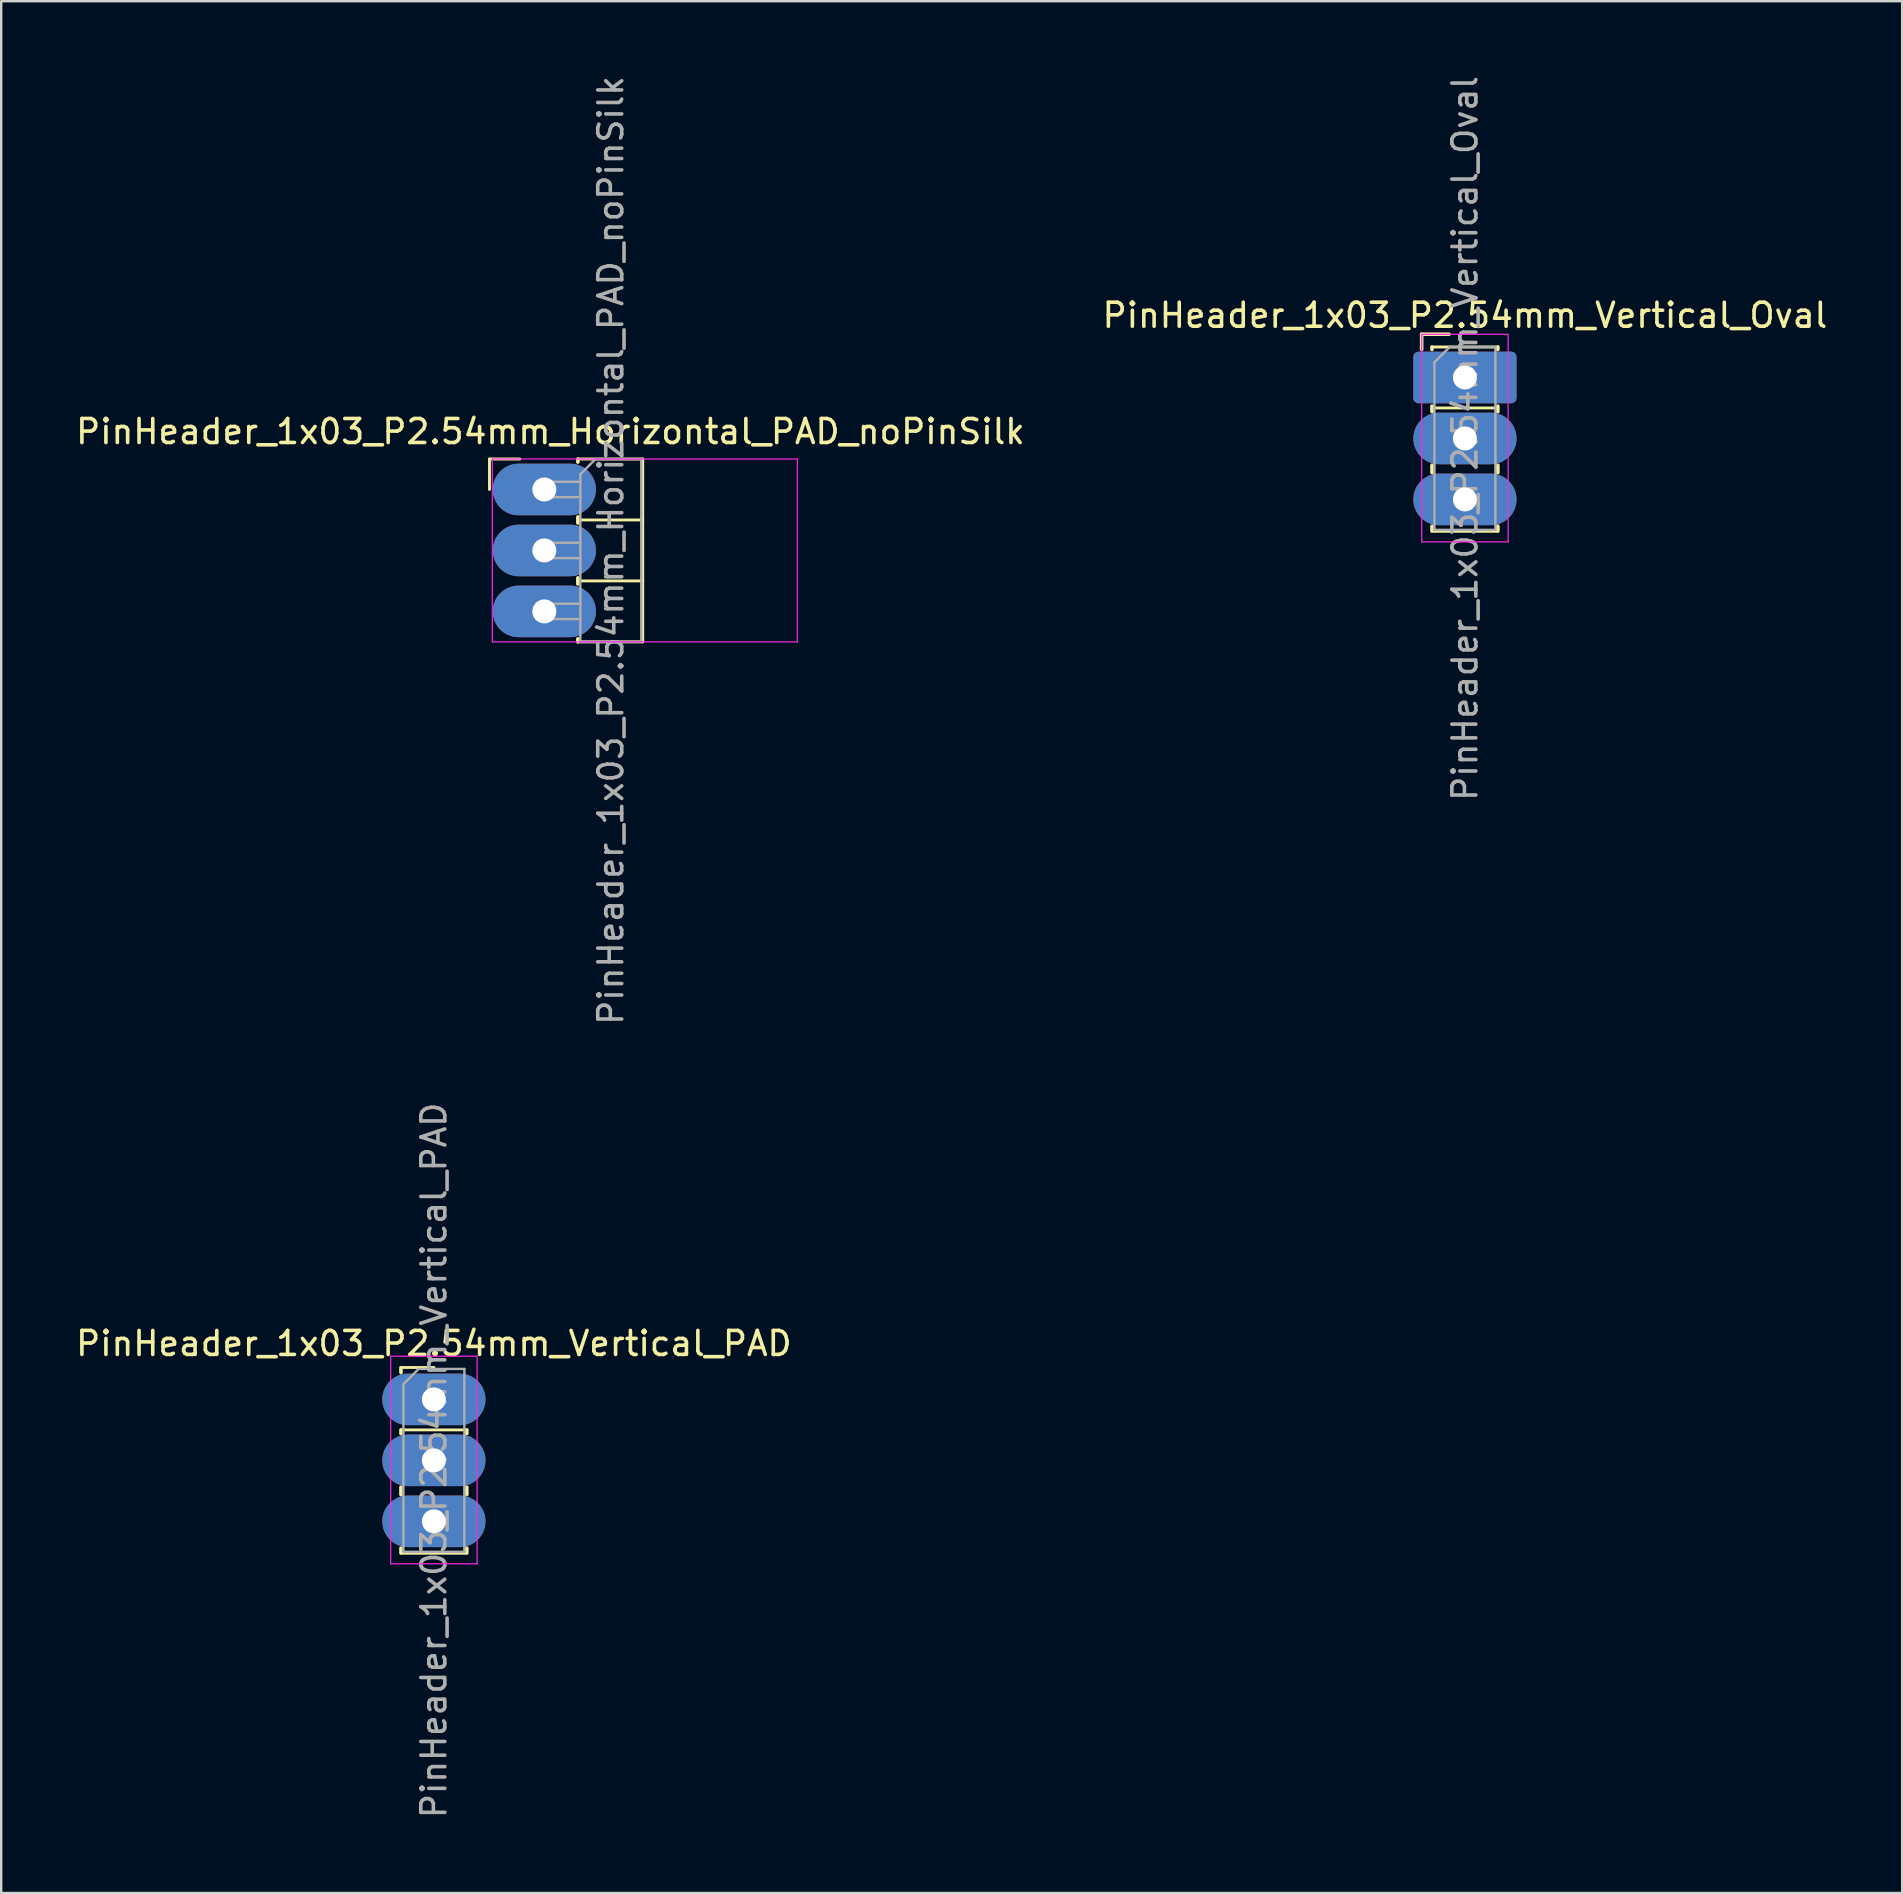
<source format=kicad_pcb>
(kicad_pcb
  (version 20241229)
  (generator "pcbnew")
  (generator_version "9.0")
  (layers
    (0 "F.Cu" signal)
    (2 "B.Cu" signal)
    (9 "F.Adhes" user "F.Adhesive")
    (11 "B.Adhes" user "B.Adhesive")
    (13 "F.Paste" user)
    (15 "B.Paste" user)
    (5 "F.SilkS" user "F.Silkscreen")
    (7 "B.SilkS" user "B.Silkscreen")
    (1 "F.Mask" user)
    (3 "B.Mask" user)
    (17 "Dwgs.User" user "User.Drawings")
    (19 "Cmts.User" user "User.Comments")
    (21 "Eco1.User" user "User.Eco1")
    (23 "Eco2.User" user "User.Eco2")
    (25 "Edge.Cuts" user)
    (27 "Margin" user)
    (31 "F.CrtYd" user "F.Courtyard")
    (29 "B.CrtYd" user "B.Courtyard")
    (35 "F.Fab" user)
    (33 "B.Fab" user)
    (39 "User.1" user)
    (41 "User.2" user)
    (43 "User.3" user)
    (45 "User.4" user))
  (footprint "PinHeader_1x03_P2.54mm_Horizontal_PAD_noPinSilk"
    (layer "F.Cu")
    (at 19.633 17.347)
    (property "Reference" "PinHeader_1x03_P2.54mm_Horizontal_PAD_noPinSilk" (at 0.254 -2.413 0) (layer "F.SilkS") (effects (font (size 1 1) (thickness 0.15))))
    (attr through_hole)
    (fp_line (start -2.286 -1.27) (end -1.016 -1.27) (stroke (width 0.12) (type solid)) (layer "F.SilkS"))
    (fp_line (start -2.286 0) (end -2.286 -1.27) (stroke (width 0.12) (type solid)) (layer "F.SilkS"))
    (fp_line (start 1.397 -1.27) (end 1.397 -1.143) (stroke (width 0.15) (type solid)) (layer "F.SilkS"))
    (fp_line (start 1.397 1.143) (end 1.397 1.397) (stroke (width 0.15) (type solid)) (layer "F.SilkS"))
    (fp_line (start 1.397 1.27) (end 4.1 1.27) (stroke (width 0.12) (type solid)) (layer "F.SilkS"))
    (fp_line (start 1.397 3.683) (end 1.397 3.937) (stroke (width 0.15) (type solid)) (layer "F.SilkS"))
    (fp_line (start 1.397 3.81) (end 4.1 3.81) (stroke (width 0.12) (type solid)) (layer "F.SilkS"))
    (fp_line (start 1.397 6.223) (end 1.397 6.35) (stroke (width 0.15) (type solid)) (layer "F.SilkS"))
    (fp_line (start 1.397 6.35) (end 4.1 6.35) (stroke (width 0.12) (type solid)) (layer "F.SilkS"))
    (fp_line (start 4.1 -1.27) (end 1.397 -1.27) (stroke (width 0.12) (type solid)) (layer "F.SilkS"))
    (fp_line (start 4.1 6.35) (end 4.1 -1.27) (stroke (width 0.12) (type solid)) (layer "F.SilkS"))
    (fp_line (start -2.168 -1.27) (end -2.168 6.35) (stroke (width 0.05) (type solid)) (layer "F.CrtYd"))
    (fp_line (start -2.168 6.35) (end 10.541 6.35) (stroke (width 0.05) (type solid)) (layer "F.CrtYd"))
    (fp_line (start 10.541 -1.27) (end -2.168 -1.27) (stroke (width 0.05) (type solid)) (layer "F.CrtYd"))
    (fp_line (start 10.541 6.35) (end 10.541 -1.27) (stroke (width 0.05) (type solid)) (layer "F.CrtYd"))
    (fp_line (start -0.32 -0.32) (end -0.32 0.32) (stroke (width 0.1) (type solid)) (layer "F.Fab"))
    (fp_line (start -0.32 -0.32) (end 1.5 -0.32) (stroke (width 0.1) (type solid)) (layer "F.Fab"))
    (fp_line (start -0.32 0.32) (end 1.5 0.32) (stroke (width 0.1) (type solid)) (layer "F.Fab"))
    (fp_line (start -0.32 2.22) (end -0.32 2.86) (stroke (width 0.1) (type solid)) (layer "F.Fab"))
    (fp_line (start -0.32 2.22) (end 1.5 2.22) (stroke (width 0.1) (type solid)) (layer "F.Fab"))
    (fp_line (start -0.32 2.86) (end 1.5 2.86) (stroke (width 0.1) (type solid)) (layer "F.Fab"))
    (fp_line (start -0.32 4.76) (end -0.32 5.4) (stroke (width 0.1) (type solid)) (layer "F.Fab"))
    (fp_line (start -0.32 4.76) (end 1.5 4.76) (stroke (width 0.1) (type solid)) (layer "F.Fab"))
    (fp_line (start -0.32 5.4) (end 1.5 5.4) (stroke (width 0.1) (type solid)) (layer "F.Fab"))
    (fp_line (start 1.5 -0.635) (end 2.135 -1.27) (stroke (width 0.1) (type solid)) (layer "F.Fab"))
    (fp_line (start 1.5 6.35) (end 1.5 -0.635) (stroke (width 0.1) (type solid)) (layer "F.Fab"))
    (fp_line (start 2.135 -1.27) (end 4.04 -1.27) (stroke (width 0.1) (type solid)) (layer "F.Fab"))
    (fp_line (start 4.04 -1.27) (end 4.04 6.35) (stroke (width 0.1) (type solid)) (layer "F.Fab"))
    (fp_line (start 4.04 6.35) (end 1.5 6.35) (stroke (width 0.1) (type solid)) (layer "F.Fab"))
    (fp_text user "${REFERENCE}" (at 2.77 2.54 90) (layer "F.Fab") (effects (font (size 1 1) (thickness 0.15))))
    (pad "1" thru_hole oval (at 0 0) (size 4.3 2.15) (drill 1) (layers "*.Cu" "*.Mask"))
    (pad "2" thru_hole oval (at 0 2.54) (size 4.3 2.15) (drill 1) (layers "*.Cu" "*.Mask"))
    (pad "3" thru_hole oval (at 0 5.08) (size 4.3 2.15) (drill 1) (layers "*.Cu" "*.Mask")))
  (footprint "PinHeader_1x03_P2.54mm_Vertical_Oval"
    (layer "F.Cu")
    (at 57.994 12.68)
    (property "Reference" "PinHeader_1x03_P2.54mm_Vertical_Oval" (at 0 -2.591 0) (layer "F.SilkS") (effects (font (size 1 1) (thickness 0.15))))
    (attr through_hole)
    (fp_line (start -1.803 -1.803) (end -0.66 -1.803) (stroke (width 0.15) (type solid)) (layer "F.SilkS"))
    (fp_line (start -1.803 -1.168) (end -1.803 -1.803) (stroke (width 0.15) (type solid)) (layer "F.SilkS"))
    (fp_line (start -1.372 -1.27) (end -1.372 -1.168) (stroke (width 0.15) (type solid)) (layer "F.SilkS"))
    (fp_line (start -1.372 -1.27) (end 1.372 -1.27) (stroke (width 0.12) (type solid)) (layer "F.SilkS"))
    (fp_line (start -1.372 1.194) (end -1.372 1.422) (stroke (width 0.15) (type solid)) (layer "F.SilkS"))
    (fp_line (start -1.372 3.658) (end -1.372 3.962) (stroke (width 0.15) (type solid)) (layer "F.SilkS"))
    (fp_line (start -1.372 6.198) (end -1.372 6.401) (stroke (width 0.15) (type solid)) (layer "F.SilkS"))
    (fp_line (start -1.33 1.27) (end 1.33 1.27) (stroke (width 0.12) (type solid)) (layer "F.SilkS"))
    (fp_line (start -1.33 6.41) (end 1.33 6.41) (stroke (width 0.12) (type solid)) (layer "F.SilkS"))
    (fp_line (start 1.372 -1.27) (end 1.372 -1.168) (stroke (width 0.15) (type solid)) (layer "F.SilkS"))
    (fp_line (start 1.372 1.194) (end 1.372 1.422) (stroke (width 0.15) (type solid)) (layer "F.SilkS"))
    (fp_line (start 1.372 3.658) (end 1.372 3.962) (stroke (width 0.15) (type solid)) (layer "F.SilkS"))
    (fp_line (start 1.372 6.401) (end 1.372 6.198) (stroke (width 0.15) (type solid)) (layer "F.SilkS"))
    (fp_line (start -1.8 -1.8) (end -1.8 6.85) (stroke (width 0.05) (type solid)) (layer "F.CrtYd"))
    (fp_line (start -1.8 6.85) (end 1.8 6.85) (stroke (width 0.05) (type solid)) (layer "F.CrtYd"))
    (fp_line (start 1.8 -1.8) (end -1.8 -1.8) (stroke (width 0.05) (type solid)) (layer "F.CrtYd"))
    (fp_line (start 1.8 6.85) (end 1.8 -1.8) (stroke (width 0.05) (type solid)) (layer "F.CrtYd"))
    (fp_line (start -1.27 -0.635) (end -0.635 -1.27) (stroke (width 0.1) (type solid)) (layer "F.Fab"))
    (fp_line (start -1.27 6.35) (end -1.27 -0.635) (stroke (width 0.1) (type solid)) (layer "F.Fab"))
    (fp_line (start -0.635 -1.27) (end 1.27 -1.27) (stroke (width 0.1) (type solid)) (layer "F.Fab"))
    (fp_line (start 1.27 -1.27) (end 1.27 6.35) (stroke (width 0.1) (type solid)) (layer "F.Fab"))
    (fp_line (start 1.27 6.35) (end -1.27 6.35) (stroke (width 0.1) (type solid)) (layer "F.Fab"))
    (fp_text user "${REFERENCE}" (at 0 2.54 90) (layer "F.Fab") (effects (font (size 1 1) (thickness 0.15))))
    (pad "1" thru_hole roundrect (at 0 0) (size 4.3 2.15) (drill 1) (layers "*.Cu" "*.Mask") (roundrect_rratio 0.1))
    (pad "2" thru_hole oval (at 0 2.54) (size 4.3 2.15) (drill 1) (layers "*.Cu" "*.Mask"))
    (pad "3" thru_hole oval (at 0 5.08) (size 4.3 2.15) (drill 1) (layers "*.Cu" "*.Mask")))
  (footprint "PinHeader_1x03_P2.54mm_Vertical_PAD"
    (layer "F.Cu")
    (at 15.03 55.264)
    (property "Reference" "PinHeader_1x03_P2.54mm_Vertical_PAD" (at 0 -2.33 0) (layer "F.SilkS") (effects (font (size 1 1) (thickness 0.15))))
    (attr through_hole)
    (fp_line (start -1.372 -1.321) (end -1.372 -1.118) (stroke (width 0.15) (type solid)) (layer "F.SilkS"))
    (fp_line (start -1.372 1.27) (end -1.372 1.422) (stroke (width 0.15) (type solid)) (layer "F.SilkS"))
    (fp_line (start -1.372 3.658) (end -1.372 3.962) (stroke (width 0.15) (type solid)) (layer "F.SilkS"))
    (fp_line (start -1.372 6.198) (end -1.372 6.401) (stroke (width 0.15) (type solid)) (layer "F.SilkS"))
    (fp_line (start -1.33 -1.33) (end 0 -1.33) (stroke (width 0.12) (type solid)) (layer "F.SilkS"))
    (fp_line (start -1.33 1.27) (end 1.33 1.27) (stroke (width 0.12) (type solid)) (layer "F.SilkS"))
    (fp_line (start -1.33 6.41) (end 1.33 6.41) (stroke (width 0.12) (type solid)) (layer "F.SilkS"))
    (fp_line (start 1.372 1.27) (end 1.372 1.422) (stroke (width 0.15) (type solid)) (layer "F.SilkS"))
    (fp_line (start 1.372 3.658) (end 1.372 3.962) (stroke (width 0.15) (type solid)) (layer "F.SilkS"))
    (fp_line (start 1.372 6.401) (end 1.372 6.198) (stroke (width 0.15) (type solid)) (layer "F.SilkS"))
    (fp_line (start -1.8 -1.8) (end -1.8 6.85) (stroke (width 0.05) (type solid)) (layer "F.CrtYd"))
    (fp_line (start -1.8 6.85) (end 1.8 6.85) (stroke (width 0.05) (type solid)) (layer "F.CrtYd"))
    (fp_line (start 1.8 -1.8) (end -1.8 -1.8) (stroke (width 0.05) (type solid)) (layer "F.CrtYd"))
    (fp_line (start 1.8 6.85) (end 1.8 -1.8) (stroke (width 0.05) (type solid)) (layer "F.CrtYd"))
    (fp_line (start -1.27 -0.635) (end -0.635 -1.27) (stroke (width 0.1) (type solid)) (layer "F.Fab"))
    (fp_line (start -1.27 6.35) (end -1.27 -0.635) (stroke (width 0.1) (type solid)) (layer "F.Fab"))
    (fp_line (start -0.635 -1.27) (end 1.27 -1.27) (stroke (width 0.1) (type solid)) (layer "F.Fab"))
    (fp_line (start 1.27 -1.27) (end 1.27 6.35) (stroke (width 0.1) (type solid)) (layer "F.Fab"))
    (fp_line (start 1.27 6.35) (end -1.27 6.35) (stroke (width 0.1) (type solid)) (layer "F.Fab"))
    (fp_text user "${REFERENCE}" (at 0 2.54 90) (layer "F.Fab") (effects (font (size 1 1) (thickness 0.15))))
    (pad "1" thru_hole oval (at 0 0) (size 4.3 2.15) (drill 1) (layers "*.Cu" "*.Mask"))
    (pad "2" thru_hole oval (at 0 2.54) (size 4.3 2.15) (drill 1) (layers "*.Cu" "*.Mask"))
    (pad "3" thru_hole oval (at 0 5.08) (size 4.3 2.15) (drill 1) (layers "*.Cu" "*.Mask")))
  (gr_rect
    (start -3 -3)
    (end 76.214 75.833)
    (stroke (width 0.1) (type default))
    (fill no)
    (layer "Edge.Cuts")))
</source>
